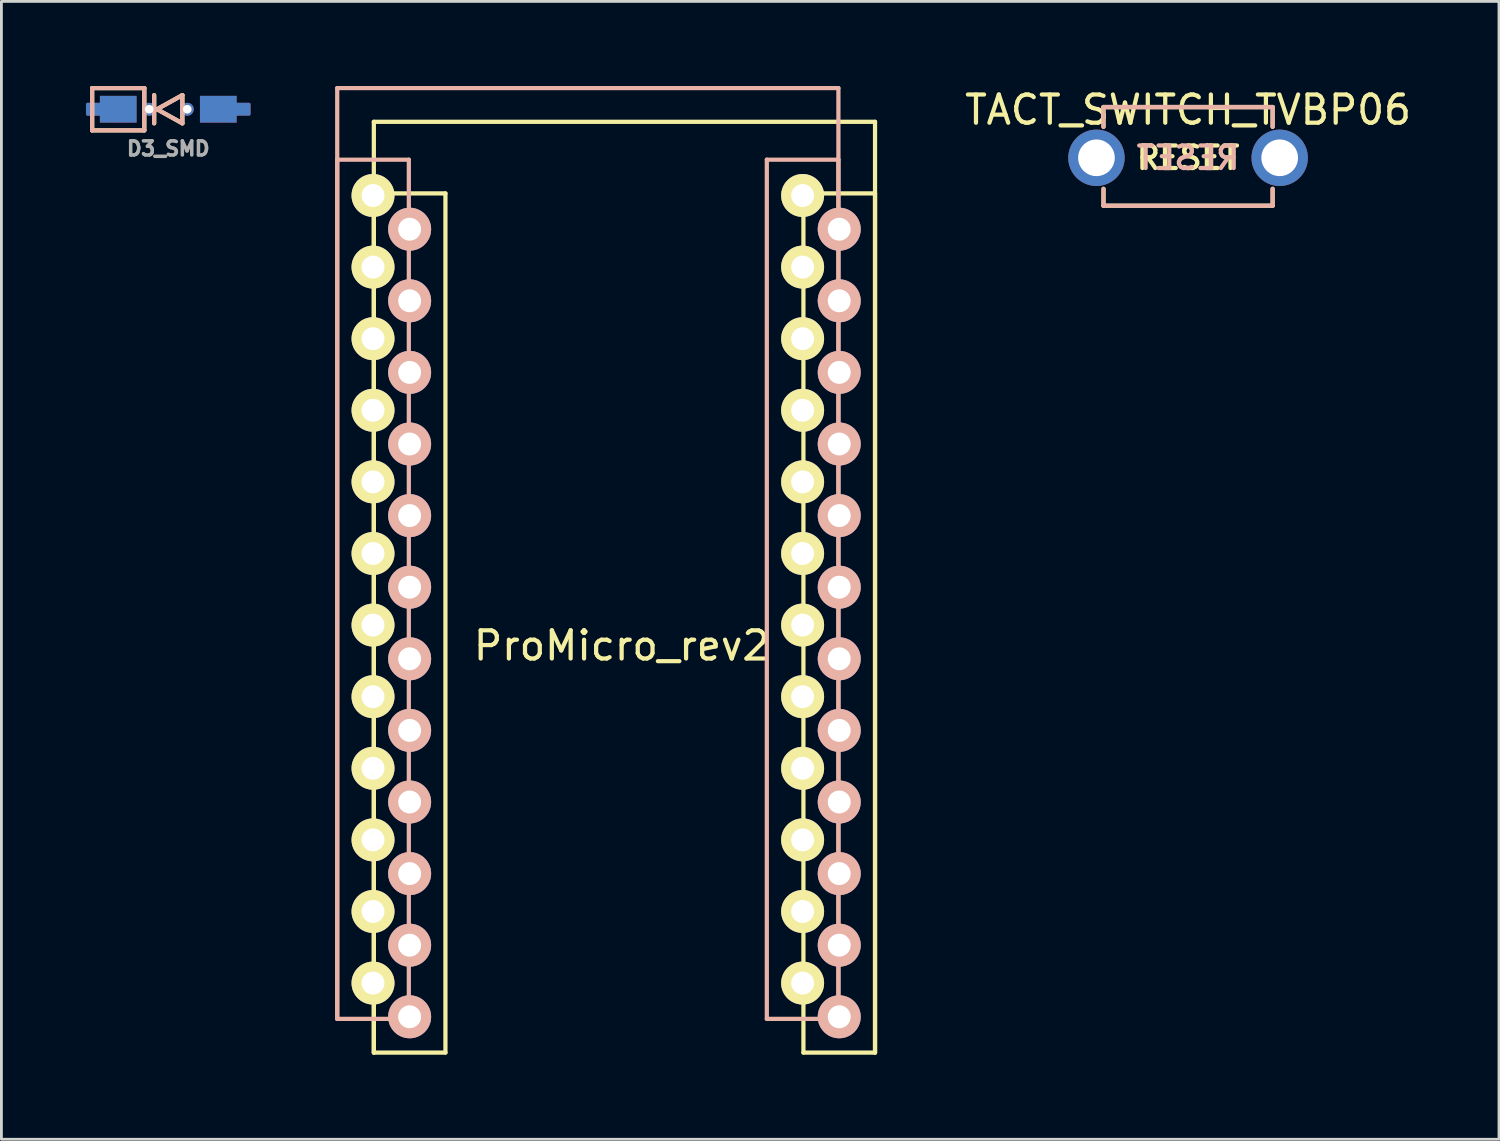
<source format=kicad_pcb>
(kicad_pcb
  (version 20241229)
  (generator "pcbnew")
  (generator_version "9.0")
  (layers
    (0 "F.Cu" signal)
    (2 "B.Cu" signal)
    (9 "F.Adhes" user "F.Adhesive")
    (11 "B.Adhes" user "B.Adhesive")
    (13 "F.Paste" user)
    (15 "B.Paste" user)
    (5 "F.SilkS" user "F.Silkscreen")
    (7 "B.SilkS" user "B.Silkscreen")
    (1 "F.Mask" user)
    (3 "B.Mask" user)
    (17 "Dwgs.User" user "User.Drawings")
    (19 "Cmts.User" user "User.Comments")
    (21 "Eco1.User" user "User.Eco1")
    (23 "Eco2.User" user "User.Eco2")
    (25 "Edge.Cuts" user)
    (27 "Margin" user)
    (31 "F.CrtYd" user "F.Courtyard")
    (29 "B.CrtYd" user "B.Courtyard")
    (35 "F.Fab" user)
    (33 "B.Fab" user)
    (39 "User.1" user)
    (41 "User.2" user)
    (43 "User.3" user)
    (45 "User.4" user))
  (footprint "D3_SMD"
    (layer "F.Cu")
    (at 2.919 0.825)
    (property "Reference" "D3_SMD" (at 0 1.397 0) (layer "F.Fab") (effects (font (size 0.5 0.5) (thickness 0.125))))
    (fp_poly (pts (xy -2.375 -0.425) (xy -1.175 -0.425) (xy -1.175 0.425) (xy -2.375 0.425)) (stroke (width 0.1) (type solid)) (fill yes) (layer "F.Mask"))
    (fp_poly (pts (xy 1.175 -0.425) (xy 2.375 -0.425) (xy 2.375 0.425) (xy 1.175 0.425)) (stroke (width 0.1) (type solid)) (fill yes) (layer "F.Mask"))
    (fp_poly (pts (xy -2.375 -0.425) (xy -1.175 -0.425) (xy -1.175 0.425) (xy -2.375 0.425)) (stroke (width 0.1) (type solid)) (fill yes) (layer "B.Mask"))
    (fp_poly (pts (xy 1.175 -0.425) (xy 2.375 -0.425) (xy 2.375 0.425) (xy 1.175 0.425)) (stroke (width 0.1) (type solid)) (fill yes) (layer "B.Mask"))
    (fp_line (start -2.7 -0.75) (end -2.7 0.75) (stroke (width 0.15) (type solid)) (layer "F.SilkS"))
    (fp_line (start -2.7 0.75) (end -0.85 0.75) (stroke (width 0.15) (type solid)) (layer "F.SilkS"))
    (fp_line (start -0.85 -0.75) (end -2.7 -0.75) (stroke (width 0.15) (type solid)) (layer "F.SilkS"))
    (fp_line (start -0.85 -0.75) (end -0.85 0.75) (stroke (width 0.15) (type solid)) (layer "F.SilkS"))
    (fp_line (start -0.5 -0.5) (end -0.5 0.5) (stroke (width 0.15) (type solid)) (layer "F.SilkS"))
    (fp_line (start -0.4 0) (end 0.5 -0.5) (stroke (width 0.15) (type solid)) (layer "F.SilkS"))
    (fp_line (start 0.5 -0.5) (end 0.5 0.5) (stroke (width 0.15) (type solid)) (layer "F.SilkS"))
    (fp_line (start 0.5 0.5) (end -0.4 0) (stroke (width 0.15) (type solid)) (layer "F.SilkS"))
    (fp_line (start -2.7 -0.75) (end -2.7 0.75) (stroke (width 0.15) (type solid)) (layer "B.SilkS"))
    (fp_line (start -2.7 0.75) (end -0.85 0.75) (stroke (width 0.15) (type solid)) (layer "B.SilkS"))
    (fp_line (start -0.85 -0.75) (end -2.7 -0.75) (stroke (width 0.15) (type solid)) (layer "B.SilkS"))
    (fp_line (start -0.85 -0.75) (end -0.85 0.75) (stroke (width 0.15) (type solid)) (layer "B.SilkS"))
    (fp_line (start -0.5 0.5) (end -0.5 -0.5) (stroke (width 0.15) (type solid)) (layer "B.SilkS"))
    (fp_line (start -0.4 0) (end 0.5 0.5) (stroke (width 0.15) (type solid)) (layer "B.SilkS"))
    (fp_line (start 0.5 -0.5) (end -0.4 0) (stroke (width 0.15) (type solid)) (layer "B.SilkS"))
    (fp_line (start 0.5 0.5) (end 0.5 -0.5) (stroke (width 0.15) (type solid)) (layer "B.SilkS"))
    (pad "1" smd custom (at -1.775 0 180) (size 1.3 0.95) (layers "F.Cu") (options (anchor rect)) (primitives (gr_poly (pts (xy 1.094 0.177) (xy 0.521 0.177) (xy 0.521 -0.178) (xy 1.094 -0.178)) (width 0.1) (fill yes))))
    (pad "1" smd custom (at -1.775 0 180) (size 1.3 0.95) (layers "B.Cu") (options (anchor rect)) (primitives (gr_poly (pts (xy 1.094 0.177) (xy 0.521 0.177) (xy 0.521 -0.179) (xy 1.094 -0.179)) (width 0.1) (fill yes))))
    (pad "1" thru_hole circle (at -0.675 0 90) (size 0.457 0.457) (drill 0.305) (layers "*.Cu"))
    (pad "2" thru_hole circle (at 0.675 0.0004 270) (size 0.457 0.457) (drill 0.305) (layers "*.Cu"))
    (pad "2" smd custom (at 1.775 0 180) (size 1.3 0.95) (layers "F.Cu") (options (anchor rect)) (primitives (gr_poly (pts (xy -0.521 0.179) (xy -1.094 0.179) (xy -1.094 -0.177) (xy -0.521 -0.177)) (width 0.1) (fill yes))))
    (pad "2" smd custom (at 1.775 0 180) (size 1.3 0.95) (layers "B.Cu") (options (anchor rect)) (primitives (gr_poly (pts (xy -0.521 0.179) (xy -1.094 0.179) (xy -1.094 -0.177) (xy -0.521 -0.177)) (width 0.1) (fill yes)))))
  (footprint "ProMicro_rev2"
    (layer "F.Cu")
    (at 19.003 18.655)
    (property "Reference" "ProMicro_rev2" (at 0 1.2 0) (layer "F.SilkS") (effects (font (size 1 1) (thickness 0.15))))
    (attr through_hole)
    (fp_line (start -8.791 -17.384) (end -8.791 15.636) (stroke (width 0.15) (type solid)) (layer "F.SilkS"))
    (fp_line (start -8.791 -14.844) (end -8.791 15.636) (stroke (width 0.15) (type solid)) (layer "F.SilkS"))
    (fp_line (start -8.791 15.636) (end -6.251 15.636) (stroke (width 0.15) (type solid)) (layer "F.SilkS"))
    (fp_line (start -6.251 -14.844) (end -8.791 -14.844) (stroke (width 0.15) (type solid)) (layer "F.SilkS"))
    (fp_line (start -6.251 15.636) (end -6.251 -14.844) (stroke (width 0.15) (type solid)) (layer "F.SilkS"))
    (fp_line (start 6.449 -14.844) (end 6.449 15.636) (stroke (width 0.15) (type solid)) (layer "F.SilkS"))
    (fp_line (start 6.449 15.636) (end 8.989 15.636) (stroke (width 0.15) (type solid)) (layer "F.SilkS"))
    (fp_line (start 8.989 -17.384) (end -8.791 -17.384) (stroke (width 0.15) (type solid)) (layer "F.SilkS"))
    (fp_line (start 8.989 -14.844) (end 6.449 -14.844) (stroke (width 0.15) (type solid)) (layer "F.SilkS"))
    (fp_line (start 8.989 15.636) (end 8.989 -17.384) (stroke (width 0.15) (type solid)) (layer "F.SilkS"))
    (fp_line (start 8.989 15.636) (end 8.989 -14.844) (stroke (width 0.15) (type solid)) (layer "F.SilkS"))
    (fp_line (start -10.09 -18.58) (end 7.69 -18.58) (stroke (width 0.15) (type solid)) (layer "B.SilkS"))
    (fp_line (start -10.09 -16.04) (end -7.55 -16.04) (stroke (width 0.15) (type solid)) (layer "B.SilkS"))
    (fp_line (start -10.09 14.44) (end -10.09 -18.58) (stroke (width 0.15) (type solid)) (layer "B.SilkS"))
    (fp_line (start -10.09 14.44) (end -10.09 -16.04) (stroke (width 0.15) (type solid)) (layer "B.SilkS"))
    (fp_line (start -7.55 -16.04) (end -7.55 14.44) (stroke (width 0.15) (type solid)) (layer "B.SilkS"))
    (fp_line (start -7.55 14.44) (end -10.09 14.44) (stroke (width 0.15) (type solid)) (layer "B.SilkS"))
    (fp_line (start 5.15 -16.04) (end 7.69 -16.04) (stroke (width 0.15) (type solid)) (layer "B.SilkS"))
    (fp_line (start 5.15 14.44) (end 5.15 -16.04) (stroke (width 0.15) (type solid)) (layer "B.SilkS"))
    (fp_line (start 7.69 -18.58) (end 7.69 14.44) (stroke (width 0.15) (type solid)) (layer "B.SilkS"))
    (fp_line (start 7.69 -16.04) (end 7.69 14.44) (stroke (width 0.15) (type solid)) (layer "B.SilkS"))
    (fp_line (start 7.69 14.44) (end 5.15 14.44) (stroke (width 0.15) (type solid)) (layer "B.SilkS"))
    (pad "1" thru_hole circle (at -8.82 -14.77) (size 1.524 1.524) (drill 0.813) (layers "*.Cu" "*.Mask" "F.SilkS"))
    (pad "1" thru_hole circle (at 7.719 -13.574 180) (size 1.524 1.524) (drill 0.813) (layers "*.Cu" "*.Mask" "B.SilkS"))
    (pad "2" thru_hole circle (at -8.82 -12.23) (size 1.524 1.524) (drill 0.813) (layers "*.Cu" "*.Mask" "F.SilkS"))
    (pad "2" thru_hole circle (at 7.719 -11.034 180) (size 1.524 1.524) (drill 0.813) (layers "*.Cu" "*.Mask" "B.SilkS"))
    (pad "3" thru_hole circle (at -8.82 -9.69) (size 1.524 1.524) (drill 0.813) (layers "*.Cu" "*.Mask" "F.SilkS"))
    (pad "3" thru_hole circle (at 7.719 -8.494 180) (size 1.524 1.524) (drill 0.813) (layers "*.Cu" "*.Mask" "B.SilkS"))
    (pad "4" thru_hole circle (at -8.82 -7.15) (size 1.524 1.524) (drill 0.813) (layers "*.Cu" "*.Mask" "F.SilkS"))
    (pad "4" thru_hole circle (at 7.719 -5.954 180) (size 1.524 1.524) (drill 0.813) (layers "*.Cu" "*.Mask" "B.SilkS"))
    (pad "5" thru_hole circle (at -8.82 -4.61) (size 1.524 1.524) (drill 0.813) (layers "*.Cu" "*.Mask" "F.SilkS"))
    (pad "5" thru_hole circle (at 7.719 -3.414 180) (size 1.524 1.524) (drill 0.813) (layers "*.Cu" "*.Mask" "B.SilkS"))
    (pad "6" thru_hole circle (at -8.82 -2.07) (size 1.524 1.524) (drill 0.813) (layers "*.Cu" "*.Mask" "F.SilkS"))
    (pad "6" thru_hole circle (at 7.719 -0.874 180) (size 1.524 1.524) (drill 0.813) (layers "*.Cu" "*.Mask" "B.SilkS"))
    (pad "7" thru_hole circle (at -8.82 0.47) (size 1.524 1.524) (drill 0.813) (layers "*.Cu" "*.Mask" "F.SilkS"))
    (pad "7" thru_hole circle (at 7.719 1.666 180) (size 1.524 1.524) (drill 0.813) (layers "*.Cu" "*.Mask" "B.SilkS"))
    (pad "8" thru_hole circle (at -8.82 3.01) (size 1.524 1.524) (drill 0.813) (layers "*.Cu" "*.Mask" "F.SilkS"))
    (pad "8" thru_hole circle (at 7.719 4.206 180) (size 1.524 1.524) (drill 0.813) (layers "*.Cu" "*.Mask" "B.SilkS"))
    (pad "9" thru_hole circle (at -8.82 5.55) (size 1.524 1.524) (drill 0.813) (layers "*.Cu" "*.Mask" "F.SilkS"))
    (pad "9" thru_hole circle (at 7.719 6.746 180) (size 1.524 1.524) (drill 0.813) (layers "*.Cu" "*.Mask" "B.SilkS"))
    (pad "10" thru_hole circle (at -8.82 8.09) (size 1.524 1.524) (drill 0.813) (layers "*.Cu" "*.Mask" "F.SilkS"))
    (pad "10" thru_hole circle (at 7.719 9.286 180) (size 1.524 1.524) (drill 0.813) (layers "*.Cu" "*.Mask" "B.SilkS"))
    (pad "11" thru_hole circle (at -8.82 10.63) (size 1.524 1.524) (drill 0.813) (layers "*.Cu" "*.Mask" "F.SilkS"))
    (pad "11" thru_hole circle (at 7.719 11.826 180) (size 1.524 1.524) (drill 0.813) (layers "*.Cu" "*.Mask" "B.SilkS"))
    (pad "12" thru_hole circle (at -8.82 13.17) (size 1.524 1.524) (drill 0.813) (layers "*.Cu" "*.Mask" "F.SilkS"))
    (pad "12" thru_hole circle (at 7.719 14.366 180) (size 1.524 1.524) (drill 0.813) (layers "*.Cu" "*.Mask" "B.SilkS"))
    (pad "13" thru_hole circle (at -7.521 14.366 180) (size 1.524 1.524) (drill 0.813) (layers "*.Cu" "*.Mask" "B.SilkS"))
    (pad "13" thru_hole circle (at 6.42 13.17) (size 1.524 1.524) (drill 0.813) (layers "*.Cu" "*.Mask" "F.SilkS"))
    (pad "14" thru_hole circle (at -7.521 11.826 180) (size 1.524 1.524) (drill 0.813) (layers "*.Cu" "*.Mask" "B.SilkS"))
    (pad "14" thru_hole circle (at 6.42 10.63) (size 1.524 1.524) (drill 0.813) (layers "*.Cu" "*.Mask" "F.SilkS"))
    (pad "15" thru_hole circle (at -7.521 9.286 180) (size 1.524 1.524) (drill 0.813) (layers "*.Cu" "*.Mask" "B.SilkS"))
    (pad "15" thru_hole circle (at 6.42 8.09) (size 1.524 1.524) (drill 0.813) (layers "*.Cu" "*.Mask" "F.SilkS"))
    (pad "16" thru_hole circle (at -7.521 6.746 180) (size 1.524 1.524) (drill 0.813) (layers "*.Cu" "*.Mask" "B.SilkS"))
    (pad "16" thru_hole circle (at 6.42 5.55) (size 1.524 1.524) (drill 0.813) (layers "*.Cu" "*.Mask" "F.SilkS"))
    (pad "17" thru_hole circle (at -7.521 4.206 180) (size 1.524 1.524) (drill 0.813) (layers "*.Cu" "*.Mask" "B.SilkS"))
    (pad "17" thru_hole circle (at 6.42 3.01) (size 1.524 1.524) (drill 0.813) (layers "*.Cu" "*.Mask" "F.SilkS"))
    (pad "18" thru_hole circle (at -7.521 1.666 180) (size 1.524 1.524) (drill 0.813) (layers "*.Cu" "*.Mask" "B.SilkS"))
    (pad "18" thru_hole circle (at 6.42 0.47) (size 1.524 1.524) (drill 0.813) (layers "*.Cu" "*.Mask" "F.SilkS"))
    (pad "19" thru_hole circle (at -7.521 -0.874 180) (size 1.524 1.524) (drill 0.813) (layers "*.Cu" "*.Mask" "B.SilkS"))
    (pad "19" thru_hole circle (at 6.42 -2.07) (size 1.524 1.524) (drill 0.813) (layers "*.Cu" "*.Mask" "F.SilkS"))
    (pad "20" thru_hole circle (at -7.521 -3.414 180) (size 1.524 1.524) (drill 0.813) (layers "*.Cu" "*.Mask" "B.SilkS"))
    (pad "20" thru_hole circle (at 6.42 -4.61) (size 1.524 1.524) (drill 0.813) (layers "*.Cu" "*.Mask" "F.SilkS"))
    (pad "21" thru_hole circle (at -7.521 -5.954 180) (size 1.524 1.524) (drill 0.813) (layers "*.Cu" "*.Mask" "B.SilkS"))
    (pad "21" thru_hole circle (at 6.42 -7.15) (size 1.524 1.524) (drill 0.813) (layers "*.Cu" "*.Mask" "F.SilkS"))
    (pad "22" thru_hole circle (at -7.521 -8.494 180) (size 1.524 1.524) (drill 0.813) (layers "*.Cu" "*.Mask" "B.SilkS"))
    (pad "22" thru_hole circle (at 6.42 -9.69) (size 1.524 1.524) (drill 0.813) (layers "*.Cu" "*.Mask" "F.SilkS"))
    (pad "23" thru_hole circle (at -7.521 -11.034 180) (size 1.524 1.524) (drill 0.813) (layers "*.Cu" "*.Mask" "B.SilkS"))
    (pad "23" thru_hole circle (at 6.42 -12.23) (size 1.524 1.524) (drill 0.813) (layers "*.Cu" "*.Mask" "F.SilkS"))
    (pad "24" thru_hole circle (at -7.521 -13.574 180) (size 1.524 1.524) (drill 0.813) (layers "*.Cu" "*.Mask" "B.SilkS"))
    (pad "24" thru_hole circle (at 6.42 -14.77) (size 1.524 1.524) (drill 0.813) (layers "*.Cu" "*.Mask" "F.SilkS")))
  (footprint "TACT_SWITCH_TVBP06"
    (layer "F.Cu")
    (at 39.097 2.548)
    (property "Reference" "TACT_SWITCH_TVBP06" (at 0 -1.7 180) (layer "F.SilkS") (effects (font (size 1 1) (thickness 0.15))))
    (attr through_hole)
    (fp_line (start -3 -1.8) (end -3 -1.1) (stroke (width 0.15) (type solid)) (layer "F.SilkS"))
    (fp_line (start -3 1.7) (end -3 1.1) (stroke (width 0.15) (type solid)) (layer "F.SilkS"))
    (fp_line (start -3 1.7) (end 3 1.7) (stroke (width 0.15) (type solid)) (layer "F.SilkS"))
    (fp_line (start 3 -1.8) (end -3 -1.8) (stroke (width 0.15) (type solid)) (layer "F.SilkS"))
    (fp_line (start 3 -1.8) (end 3 -1.1) (stroke (width 0.15) (type solid)) (layer "F.SilkS"))
    (fp_line (start 3 1.7) (end 3 1.1) (stroke (width 0.15) (type solid)) (layer "F.SilkS"))
    (fp_line (start -3 -1.8) (end -3 -1.1) (stroke (width 0.15) (type solid)) (layer "B.SilkS"))
    (fp_line (start -3 -1.8) (end 2.9 -1.8) (stroke (width 0.15) (type solid)) (layer "B.SilkS"))
    (fp_line (start -3 -1.8) (end 3 -1.8) (stroke (width 0.15) (type solid)) (layer "B.SilkS"))
    (fp_line (start -3 1.7) (end -3 1.1) (stroke (width 0.15) (type solid)) (layer "B.SilkS"))
    (fp_line (start 3 -1.8) (end 3 -1.1) (stroke (width 0.15) (type solid)) (layer "B.SilkS"))
    (fp_line (start 3 1.7) (end -3 1.7) (stroke (width 0.15) (type solid)) (layer "B.SilkS"))
    (fp_line (start 3 1.7) (end 3 1.1) (stroke (width 0.15) (type solid)) (layer "B.SilkS"))
    (fp_text user "RESET" (at 0 0 180) (layer "F.SilkS") (effects (font (size 0.8 0.8) (thickness 0.15))))
    (fp_text user "RESET" (at 0 0 180) (layer "B.SilkS") (effects (font (size 0.8 0.8) (thickness 0.15)) (justify mirror)))
    (pad "1" thru_hole circle (at -3.25 0) (size 2 2) (drill 1.3) (layers "*.Cu" "*.Mask"))
    (pad "2" thru_hole circle (at 3.25 0) (size 2 2) (drill 1.3) (layers "*.Cu" "*.Mask")))
  (gr_rect
    (start -3 -3)
    (end 50.127 37.366)
    (stroke (width 0.1) (type default))
    (fill no)
    (layer "Edge.Cuts")))
</source>
